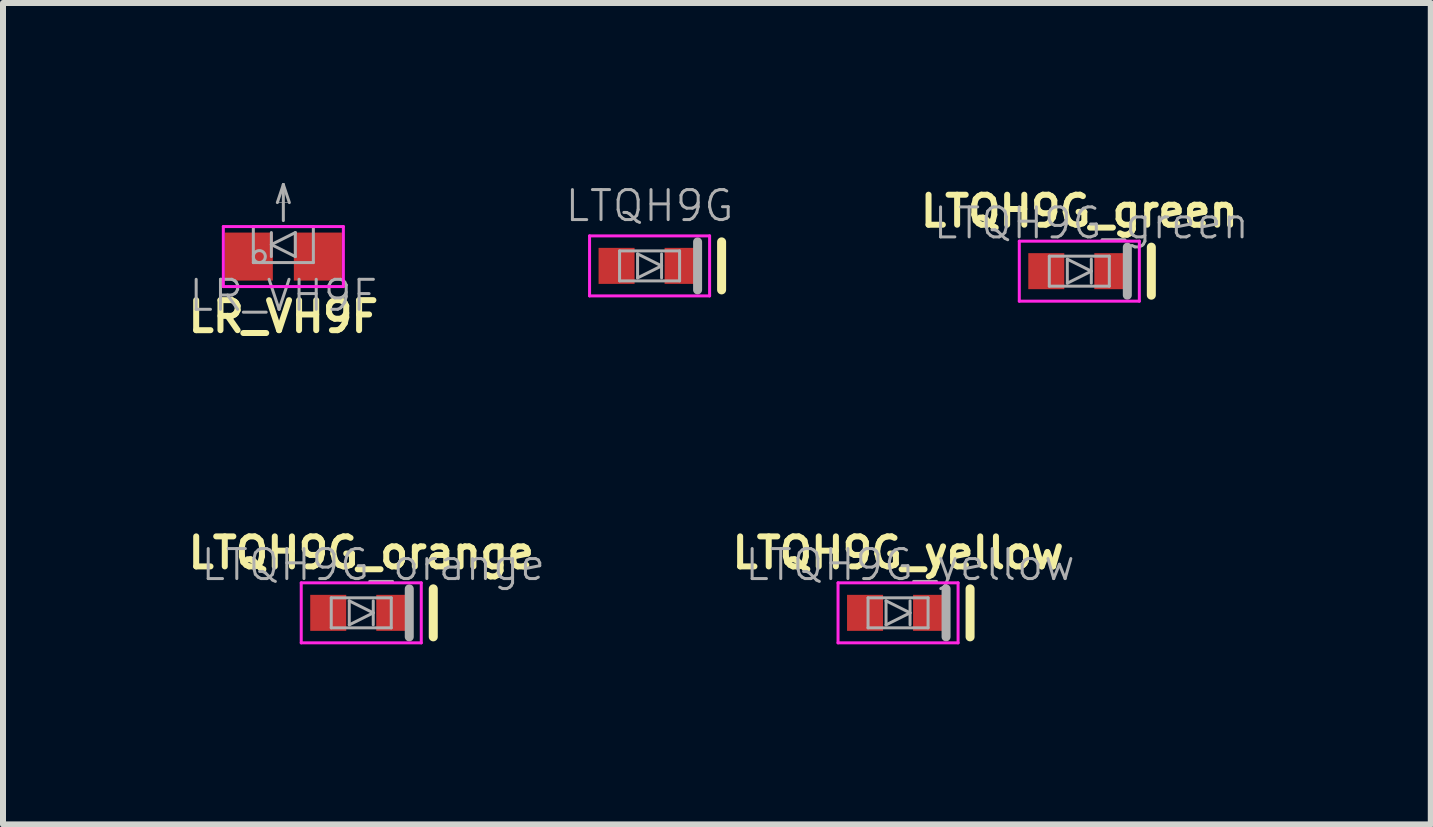
<source format=kicad_pcb>
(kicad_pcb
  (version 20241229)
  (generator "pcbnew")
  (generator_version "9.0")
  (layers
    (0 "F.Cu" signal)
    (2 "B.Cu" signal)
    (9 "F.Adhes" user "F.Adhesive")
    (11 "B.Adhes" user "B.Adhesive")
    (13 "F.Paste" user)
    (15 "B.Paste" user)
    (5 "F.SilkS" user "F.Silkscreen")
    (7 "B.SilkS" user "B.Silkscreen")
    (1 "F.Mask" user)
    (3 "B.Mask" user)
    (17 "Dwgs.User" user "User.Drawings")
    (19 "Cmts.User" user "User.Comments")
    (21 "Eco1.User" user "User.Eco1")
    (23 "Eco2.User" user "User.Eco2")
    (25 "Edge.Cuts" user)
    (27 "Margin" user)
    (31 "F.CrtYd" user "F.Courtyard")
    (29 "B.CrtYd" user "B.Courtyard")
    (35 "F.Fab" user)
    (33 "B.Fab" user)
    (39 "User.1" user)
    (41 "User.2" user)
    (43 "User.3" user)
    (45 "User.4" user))
  (footprint "LTQH9G"
    (layer "F.Cu")
    (at 7.773 1.38)
    (property "Reference" "LTQH9G" (at 0 -1 0) (layer "F.Fab") (effects (font (size 0.5 0.5) (thickness 0.05))))
    (attr smd)
    (fp_line (start 1.2 0.4) (end 1.2 -0.4) (stroke (width 0.15) (type solid)) (layer "F.SilkS"))
    (fp_line (start -1 -0.5) (end 1 -0.5) (stroke (width 0.05) (type solid)) (layer "F.CrtYd"))
    (fp_line (start -1 0.5) (end -1 -0.5) (stroke (width 0.05) (type solid)) (layer "F.CrtYd"))
    (fp_line (start 1 -0.5) (end 1 0.5) (stroke (width 0.05) (type solid)) (layer "F.CrtYd"))
    (fp_line (start 1 0.5) (end -1 0.5) (stroke (width 0.05) (type solid)) (layer "F.CrtYd"))
    (fp_line (start -0.5 -0.25) (end -0.5 0.25) (stroke (width 0.05) (type solid)) (layer "F.Fab"))
    (fp_line (start -0.5 0.25) (end 0.5 0.25) (stroke (width 0.05) (type solid)) (layer "F.Fab"))
    (fp_line (start -0.2 -0.2) (end 0.2 0) (stroke (width 0.05) (type solid)) (layer "F.Fab"))
    (fp_line (start -0.2 0.2) (end -0.2 -0.2) (stroke (width 0.05) (type solid)) (layer "F.Fab"))
    (fp_line (start 0.2 -0.2) (end 0.2 0.2) (stroke (width 0.05) (type solid)) (layer "F.Fab"))
    (fp_line (start 0.2 0) (end -0.2 0.2) (stroke (width 0.05) (type solid)) (layer "F.Fab"))
    (fp_line (start 0.5 -0.25) (end -0.5 -0.25) (stroke (width 0.05) (type solid)) (layer "F.Fab"))
    (fp_line (start 0.5 0.25) (end 0.5 -0.25) (stroke (width 0.05) (type solid)) (layer "F.Fab"))
    (fp_line (start 0.8 -0.4) (end 0.8 0.4) (stroke (width 0.15) (type solid)) (layer "F.Fab"))
    (pad "A" smd rect (at -0.55 0 180) (size 0.6 0.6) (layers "F.Cu" "F.Mask" "F.Paste"))
    (pad "C" smd rect (at 0.55 0 180) (size 0.6 0.6) (layers "F.Cu" "F.Mask" "F.Paste")))
  (footprint "LTQH9G_orange"
    (layer "F.Cu")
    (at 2.969 7.161)
    (property "Reference" "LTQH9G_orange" (at 0 -1 0) (layer "F.SilkS") (effects (font (size 0.5 0.5) (thickness 0.1))))
    (attr smd)
    (fp_line (start 1.2 0.4) (end 1.2 -0.4) (stroke (width 0.15) (type solid)) (layer "F.SilkS"))
    (fp_line (start -1 -0.5) (end 1 -0.5) (stroke (width 0.05) (type solid)) (layer "F.CrtYd"))
    (fp_line (start -1 0.5) (end -1 -0.5) (stroke (width 0.05) (type solid)) (layer "F.CrtYd"))
    (fp_line (start 1 -0.5) (end 1 0.5) (stroke (width 0.05) (type solid)) (layer "F.CrtYd"))
    (fp_line (start 1 0.5) (end -1 0.5) (stroke (width 0.05) (type solid)) (layer "F.CrtYd"))
    (fp_line (start -0.5 -0.25) (end -0.5 0.25) (stroke (width 0.05) (type solid)) (layer "F.Fab"))
    (fp_line (start -0.5 0.25) (end 0.5 0.25) (stroke (width 0.05) (type solid)) (layer "F.Fab"))
    (fp_line (start -0.2 -0.2) (end 0.2 0) (stroke (width 0.05) (type solid)) (layer "F.Fab"))
    (fp_line (start -0.2 0.2) (end -0.2 -0.2) (stroke (width 0.05) (type solid)) (layer "F.Fab"))
    (fp_line (start 0.2 -0.2) (end 0.2 0.2) (stroke (width 0.05) (type solid)) (layer "F.Fab"))
    (fp_line (start 0.2 0) (end -0.2 0.2) (stroke (width 0.05) (type solid)) (layer "F.Fab"))
    (fp_line (start 0.5 -0.25) (end -0.5 -0.25) (stroke (width 0.05) (type solid)) (layer "F.Fab"))
    (fp_line (start 0.5 0.25) (end 0.5 -0.25) (stroke (width 0.05) (type solid)) (layer "F.Fab"))
    (fp_line (start 0.8 -0.4) (end 0.8 0.4) (stroke (width 0.15) (type solid)) (layer "F.Fab"))
    (fp_text user "${REFERENCE}" (at 0.2 -0.8 0) (layer "F.Fab") (effects (font (size 0.5 0.5) (thickness 0.05))))
    (pad "A" smd rect (at -0.55 0 180) (size 0.6 0.6) (layers "F.Cu" "F.Mask" "F.Paste"))
    (pad "C" smd rect (at 0.55 0 180) (size 0.6 0.6) (layers "F.Cu" "F.Mask" "F.Paste")))
  (footprint "LR_VH9F"
    (layer "F.Cu")
    (at 1.671 1.025)
    (property "Reference" "LR_VH9F" (at 0 1.2 0) (layer "F.SilkS") (effects (font (size 0.5 0.5) (thickness 0.1))))
    (attr smd)
    (fp_poly (pts (xy -0.175 0) (xy -0.675 0) (xy -0.675 0.4) (xy -0.175 0.4)) (stroke (width 0.01) (type solid)) (fill yes) (layer "F.Mask"))
    (fp_poly (pts (xy 0.675 0) (xy 0.175 0) (xy 0.175 0.4) (xy 0.675 0.4)) (stroke (width 0.01) (type solid)) (fill yes) (layer "F.Mask"))
    (fp_poly (pts (xy -0.175 0.4) (xy -0.65 0.4) (xy -0.65 0) (xy -0.39 0) (xy -0.39 0.2) (xy -0.175 0.2)) (stroke (width 0.01) (type solid)) (fill yes) (layer "F.Paste"))
    (fp_poly (pts (xy 0.175 0.4) (xy 0.65 0.4) (xy 0.65 0) (xy 0.39 0) (xy 0.39 0.2) (xy 0.175 0.2)) (stroke (width 0.01) (type solid)) (fill yes) (layer "F.Paste"))
    (fp_line (start -1 -0.3) (end 1 -0.3) (stroke (width 0.05) (type solid)) (layer "F.CrtYd"))
    (fp_line (start -1 0.7) (end -1 -0.3) (stroke (width 0.05) (type solid)) (layer "F.CrtYd"))
    (fp_line (start 1 -0.3) (end 1 0.7) (stroke (width 0.05) (type solid)) (layer "F.CrtYd"))
    (fp_line (start 1 0.7) (end -1 0.7) (stroke (width 0.05) (type solid)) (layer "F.CrtYd"))
    (fp_line (start -0.5 -0.3) (end -0.5 0.3) (stroke (width 0.05) (type solid)) (layer "F.Fab"))
    (fp_line (start -0.5 0.3) (end 0.5 0.3) (stroke (width 0.05) (type solid)) (layer "F.Fab"))
    (fp_line (start -0.2 0) (end 0.2 -0.2) (stroke (width 0.05) (type solid)) (layer "F.Fab"))
    (fp_line (start -0.2 0.2) (end -0.2 -0.2) (stroke (width 0.05) (type solid)) (layer "F.Fab"))
    (fp_line (start -0.1 -0.7) (end 0 -1) (stroke (width 0.05) (type solid)) (layer "F.Fab"))
    (fp_line (start 0 -1) (end 0.1 -0.7) (stroke (width 0.05) (type solid)) (layer "F.Fab"))
    (fp_line (start 0 -0.4) (end 0 -1) (stroke (width 0.05) (type solid)) (layer "F.Fab"))
    (fp_line (start 0.1 -0.7) (end -0.1 -0.7) (stroke (width 0.01) (type solid)) (layer "F.Fab"))
    (fp_line (start 0.2 -0.2) (end 0.2 0.2) (stroke (width 0.05) (type solid)) (layer "F.Fab"))
    (fp_line (start 0.2 0.2) (end -0.2 0) (stroke (width 0.05) (type solid)) (layer "F.Fab"))
    (fp_line (start 0.5 -0.3) (end -0.5 -0.3) (stroke (width 0.05) (type solid)) (layer "F.Fab"))
    (fp_line (start 0.5 0.3) (end 0.5 -0.3) (stroke (width 0.05) (type solid)) (layer "F.Fab"))
    (fp_circle (center -0.4 0.2) (end -0.4 0.3) (stroke (width 0.05) (type solid)) (fill no) (layer "F.Fab"))
    (fp_text user "${REFERENCE}" (at 0 0.85 0) (layer "F.Fab") (effects (font (size 0.5 0.5) (thickness 0.05))))
    (pad "A" smd rect (at 0.575 0.2 180) (size 0.8 0.8) (layers "F.Cu"))
    (pad "C" smd rect (at -0.575 0.2 180) (size 0.8 0.8) (layers "F.Cu")))
  (footprint "LTQH9G_green"
    (layer "F.Cu")
    (at 14.933 1.468)
    (property "Reference" "LTQH9G_green" (at 0 -1 0) (layer "F.SilkS") (effects (font (size 0.5 0.5) (thickness 0.1))))
    (attr smd)
    (fp_line (start 1.2 0.4) (end 1.2 -0.4) (stroke (width 0.15) (type solid)) (layer "F.SilkS"))
    (fp_line (start -1 -0.5) (end 1 -0.5) (stroke (width 0.05) (type solid)) (layer "F.CrtYd"))
    (fp_line (start -1 0.5) (end -1 -0.5) (stroke (width 0.05) (type solid)) (layer "F.CrtYd"))
    (fp_line (start 1 -0.5) (end 1 0.5) (stroke (width 0.05) (type solid)) (layer "F.CrtYd"))
    (fp_line (start 1 0.5) (end -1 0.5) (stroke (width 0.05) (type solid)) (layer "F.CrtYd"))
    (fp_line (start -0.5 -0.25) (end -0.5 0.25) (stroke (width 0.05) (type solid)) (layer "F.Fab"))
    (fp_line (start -0.5 0.25) (end 0.5 0.25) (stroke (width 0.05) (type solid)) (layer "F.Fab"))
    (fp_line (start -0.2 -0.2) (end 0.2 0) (stroke (width 0.05) (type solid)) (layer "F.Fab"))
    (fp_line (start -0.2 0.2) (end -0.2 -0.2) (stroke (width 0.05) (type solid)) (layer "F.Fab"))
    (fp_line (start 0.2 -0.2) (end 0.2 0.2) (stroke (width 0.05) (type solid)) (layer "F.Fab"))
    (fp_line (start 0.2 0) (end -0.2 0.2) (stroke (width 0.05) (type solid)) (layer "F.Fab"))
    (fp_line (start 0.5 -0.25) (end -0.5 -0.25) (stroke (width 0.05) (type solid)) (layer "F.Fab"))
    (fp_line (start 0.5 0.25) (end 0.5 -0.25) (stroke (width 0.05) (type solid)) (layer "F.Fab"))
    (fp_line (start 0.8 -0.4) (end 0.8 0.4) (stroke (width 0.15) (type solid)) (layer "F.Fab"))
    (fp_text user "${REFERENCE}" (at 0.2 -0.8 0) (layer "F.Fab") (effects (font (size 0.5 0.5) (thickness 0.05))))
    (pad "A" smd rect (at -0.55 0 180) (size 0.6 0.6) (layers "F.Cu" "F.Mask" "F.Paste"))
    (pad "C" smd rect (at 0.55 0 180) (size 0.6 0.6) (layers "F.Cu" "F.Mask" "F.Paste")))
  (footprint "LTQH9G_yellow"
    (layer "F.Cu")
    (at 11.913 7.161)
    (property "Reference" "LTQH9G_yellow" (at 0 -1 0) (layer "F.SilkS") (effects (font (size 0.5 0.5) (thickness 0.1))))
    (attr smd)
    (fp_line (start 1.2 0.4) (end 1.2 -0.4) (stroke (width 0.15) (type solid)) (layer "F.SilkS"))
    (fp_line (start -1 -0.5) (end 1 -0.5) (stroke (width 0.05) (type solid)) (layer "F.CrtYd"))
    (fp_line (start -1 0.5) (end -1 -0.5) (stroke (width 0.05) (type solid)) (layer "F.CrtYd"))
    (fp_line (start 1 -0.5) (end 1 0.5) (stroke (width 0.05) (type solid)) (layer "F.CrtYd"))
    (fp_line (start 1 0.5) (end -1 0.5) (stroke (width 0.05) (type solid)) (layer "F.CrtYd"))
    (fp_line (start -0.5 -0.25) (end -0.5 0.25) (stroke (width 0.05) (type solid)) (layer "F.Fab"))
    (fp_line (start -0.5 0.25) (end 0.5 0.25) (stroke (width 0.05) (type solid)) (layer "F.Fab"))
    (fp_line (start -0.2 -0.2) (end 0.2 0) (stroke (width 0.05) (type solid)) (layer "F.Fab"))
    (fp_line (start -0.2 0.2) (end -0.2 -0.2) (stroke (width 0.05) (type solid)) (layer "F.Fab"))
    (fp_line (start 0.2 -0.2) (end 0.2 0.2) (stroke (width 0.05) (type solid)) (layer "F.Fab"))
    (fp_line (start 0.2 0) (end -0.2 0.2) (stroke (width 0.05) (type solid)) (layer "F.Fab"))
    (fp_line (start 0.5 -0.25) (end -0.5 -0.25) (stroke (width 0.05) (type solid)) (layer "F.Fab"))
    (fp_line (start 0.5 0.25) (end 0.5 -0.25) (stroke (width 0.05) (type solid)) (layer "F.Fab"))
    (fp_line (start 0.8 -0.4) (end 0.8 0.4) (stroke (width 0.15) (type solid)) (layer "F.Fab"))
    (fp_text user "${REFERENCE}" (at 0.2 -0.8 0) (layer "F.Fab") (effects (font (size 0.5 0.5) (thickness 0.05))))
    (pad "A" smd rect (at -0.55 0 180) (size 0.6 0.6) (layers "F.Cu" "F.Mask" "F.Paste"))
    (pad "C" smd rect (at 0.55 0 180) (size 0.6 0.6) (layers "F.Cu" "F.Mask" "F.Paste")))
  (gr_rect
    (start -3 -3)
    (end 20.789 10.686)
    (stroke (width 0.1) (type default))
    (fill no)
    (layer "Edge.Cuts")))
</source>
